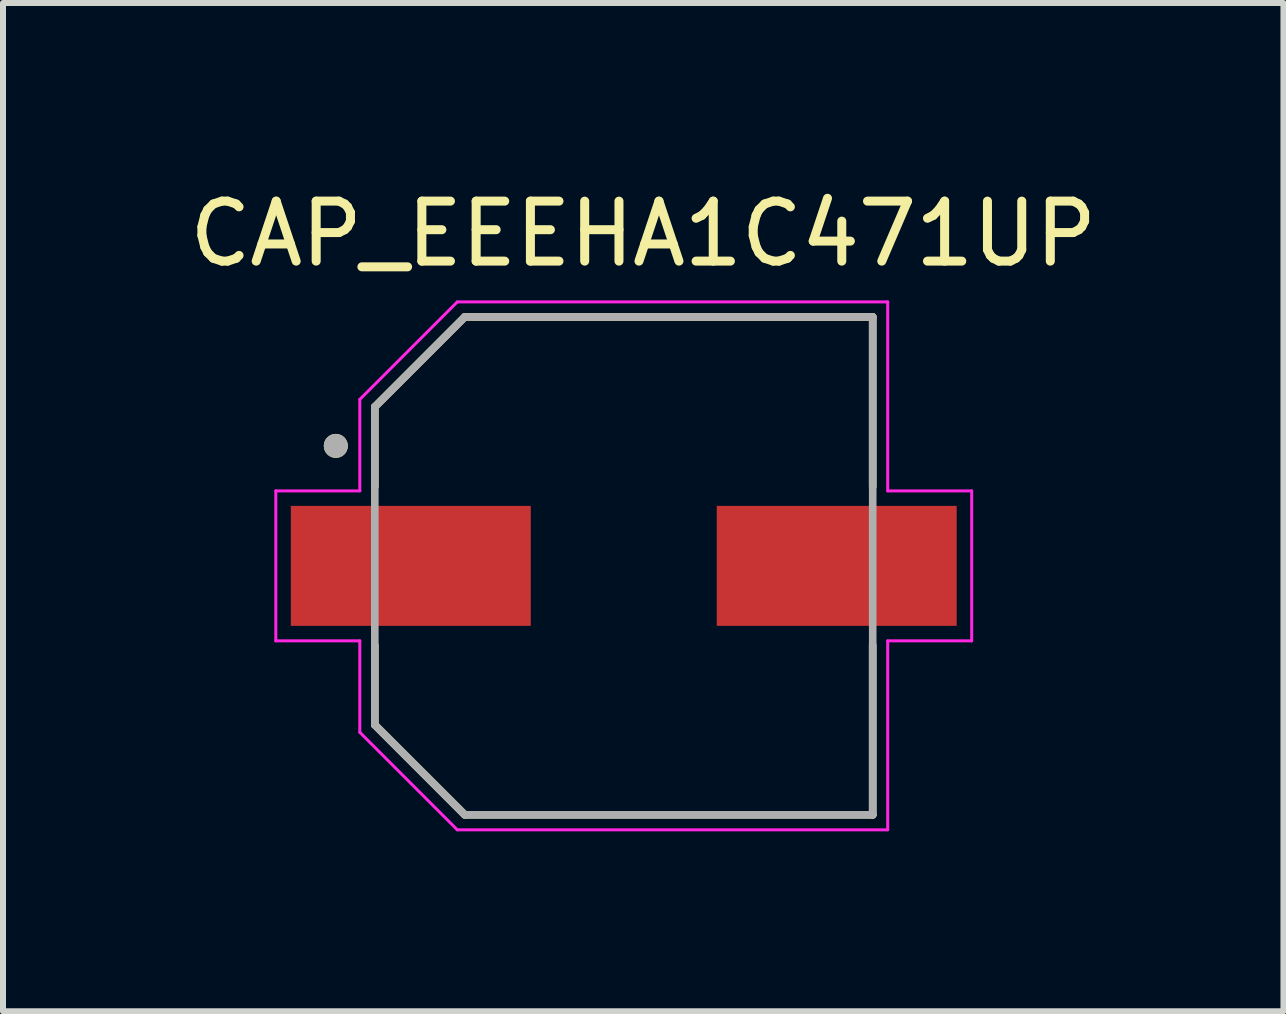
<source format=kicad_pcb>
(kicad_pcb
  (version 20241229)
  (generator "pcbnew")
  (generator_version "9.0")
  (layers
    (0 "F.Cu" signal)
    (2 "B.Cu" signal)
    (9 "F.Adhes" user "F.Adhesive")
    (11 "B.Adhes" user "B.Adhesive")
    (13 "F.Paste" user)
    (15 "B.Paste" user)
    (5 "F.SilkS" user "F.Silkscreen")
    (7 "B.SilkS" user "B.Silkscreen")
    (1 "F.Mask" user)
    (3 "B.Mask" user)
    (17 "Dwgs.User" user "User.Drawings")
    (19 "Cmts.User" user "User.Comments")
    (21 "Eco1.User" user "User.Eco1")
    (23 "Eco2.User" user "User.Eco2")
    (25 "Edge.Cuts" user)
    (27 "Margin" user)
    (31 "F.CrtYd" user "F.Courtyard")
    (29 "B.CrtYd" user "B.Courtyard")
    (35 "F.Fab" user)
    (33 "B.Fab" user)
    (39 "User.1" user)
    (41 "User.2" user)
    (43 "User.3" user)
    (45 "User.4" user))
  (footprint "CAP_EEEHA1C471UP"
    (layer "F.Cu")
    (at 7.348 6.383)
    (property "Reference" "CAP_EEEHA1C471UP" (at 0.325 -5.535 0) (layer "F.SilkS") (effects (font (size 1 1) (thickness 0.15))))
    (attr smd)
    (fp_line (start -4.15 -2.65) (end -4.15 -1.32) (stroke (width 0.127) (type solid)) (layer "F.SilkS"))
    (fp_line (start -4.15 1.32) (end -4.15 2.65) (stroke (width 0.127) (type solid)) (layer "F.SilkS"))
    (fp_line (start -4.15 2.65) (end -2.65 4.15) (stroke (width 0.127) (type solid)) (layer "F.SilkS"))
    (fp_line (start -2.65 -4.15) (end -4.15 -2.65) (stroke (width 0.127) (type solid)) (layer "F.SilkS"))
    (fp_line (start -2.65 4.15) (end 4.15 4.15) (stroke (width 0.127) (type solid)) (layer "F.SilkS"))
    (fp_line (start 4.15 -4.15) (end -2.65 -4.15) (stroke (width 0.127) (type solid)) (layer "F.SilkS"))
    (fp_line (start 4.15 -1.32) (end 4.15 -4.15) (stroke (width 0.127) (type solid)) (layer "F.SilkS"))
    (fp_line (start 4.15 4.15) (end 4.15 1.32) (stroke (width 0.127) (type solid)) (layer "F.SilkS"))
    (fp_circle (center -4.8 -2) (end -4.7 -2) (stroke (width 0.2) (type solid)) (fill no) (layer "F.SilkS"))
    (fp_line (start -5.8 -1.25) (end -4.4 -1.25) (stroke (width 0.05) (type solid)) (layer "F.CrtYd"))
    (fp_line (start -5.8 1.25) (end -5.8 -1.25) (stroke (width 0.05) (type solid)) (layer "F.CrtYd"))
    (fp_line (start -4.4 -2.775) (end -2.775 -4.4) (stroke (width 0.05) (type solid)) (layer "F.CrtYd"))
    (fp_line (start -4.4 -1.25) (end -4.4 -2.775) (stroke (width 0.05) (type solid)) (layer "F.CrtYd"))
    (fp_line (start -4.4 1.25) (end -5.8 1.25) (stroke (width 0.05) (type solid)) (layer "F.CrtYd"))
    (fp_line (start -4.4 2.775) (end -4.4 1.25) (stroke (width 0.05) (type solid)) (layer "F.CrtYd"))
    (fp_line (start -2.775 -4.4) (end 4.4 -4.4) (stroke (width 0.05) (type solid)) (layer "F.CrtYd"))
    (fp_line (start -2.775 4.4) (end -4.4 2.775) (stroke (width 0.05) (type solid)) (layer "F.CrtYd"))
    (fp_line (start 4.4 -4.4) (end 4.4 -1.25) (stroke (width 0.05) (type solid)) (layer "F.CrtYd"))
    (fp_line (start 4.4 -1.25) (end 5.8 -1.25) (stroke (width 0.05) (type solid)) (layer "F.CrtYd"))
    (fp_line (start 4.4 1.25) (end 4.4 4.4) (stroke (width 0.05) (type solid)) (layer "F.CrtYd"))
    (fp_line (start 4.4 4.4) (end -2.775 4.4) (stroke (width 0.05) (type solid)) (layer "F.CrtYd"))
    (fp_line (start 5.8 -1.25) (end 5.8 1.25) (stroke (width 0.05) (type solid)) (layer "F.CrtYd"))
    (fp_line (start 5.8 1.25) (end 4.4 1.25) (stroke (width 0.05) (type solid)) (layer "F.CrtYd"))
    (fp_line (start -4.15 -2.65) (end -4.15 2.65) (stroke (width 0.127) (type solid)) (layer "F.Fab"))
    (fp_line (start -4.15 2.65) (end -2.65 4.15) (stroke (width 0.127) (type solid)) (layer "F.Fab"))
    (fp_line (start -2.65 -4.15) (end -4.15 -2.65) (stroke (width 0.127) (type solid)) (layer "F.Fab"))
    (fp_line (start -2.65 4.15) (end 4.15 4.15) (stroke (width 0.127) (type solid)) (layer "F.Fab"))
    (fp_line (start 4.15 -4.15) (end -2.65 -4.15) (stroke (width 0.127) (type solid)) (layer "F.Fab"))
    (fp_line (start 4.15 4.15) (end 4.15 -4.15) (stroke (width 0.127) (type solid)) (layer "F.Fab"))
    (fp_circle (center -4.8 -2) (end -4.7 -2) (stroke (width 0.2) (type solid)) (fill no) (layer "F.Fab"))
    (pad "1" smd rect (at -3.55 0) (size 4 2) (layers "F.Cu" "F.Mask" "F.Paste"))
    (pad "2" smd rect (at 3.55 0) (size 4 2) (layers "F.Cu" "F.Mask" "F.Paste")))
  (gr_rect
    (start -3 -3)
    (end 18.345 13.808)
    (stroke (width 0.1) (type default))
    (fill no)
    (layer "Edge.Cuts")))
</source>
